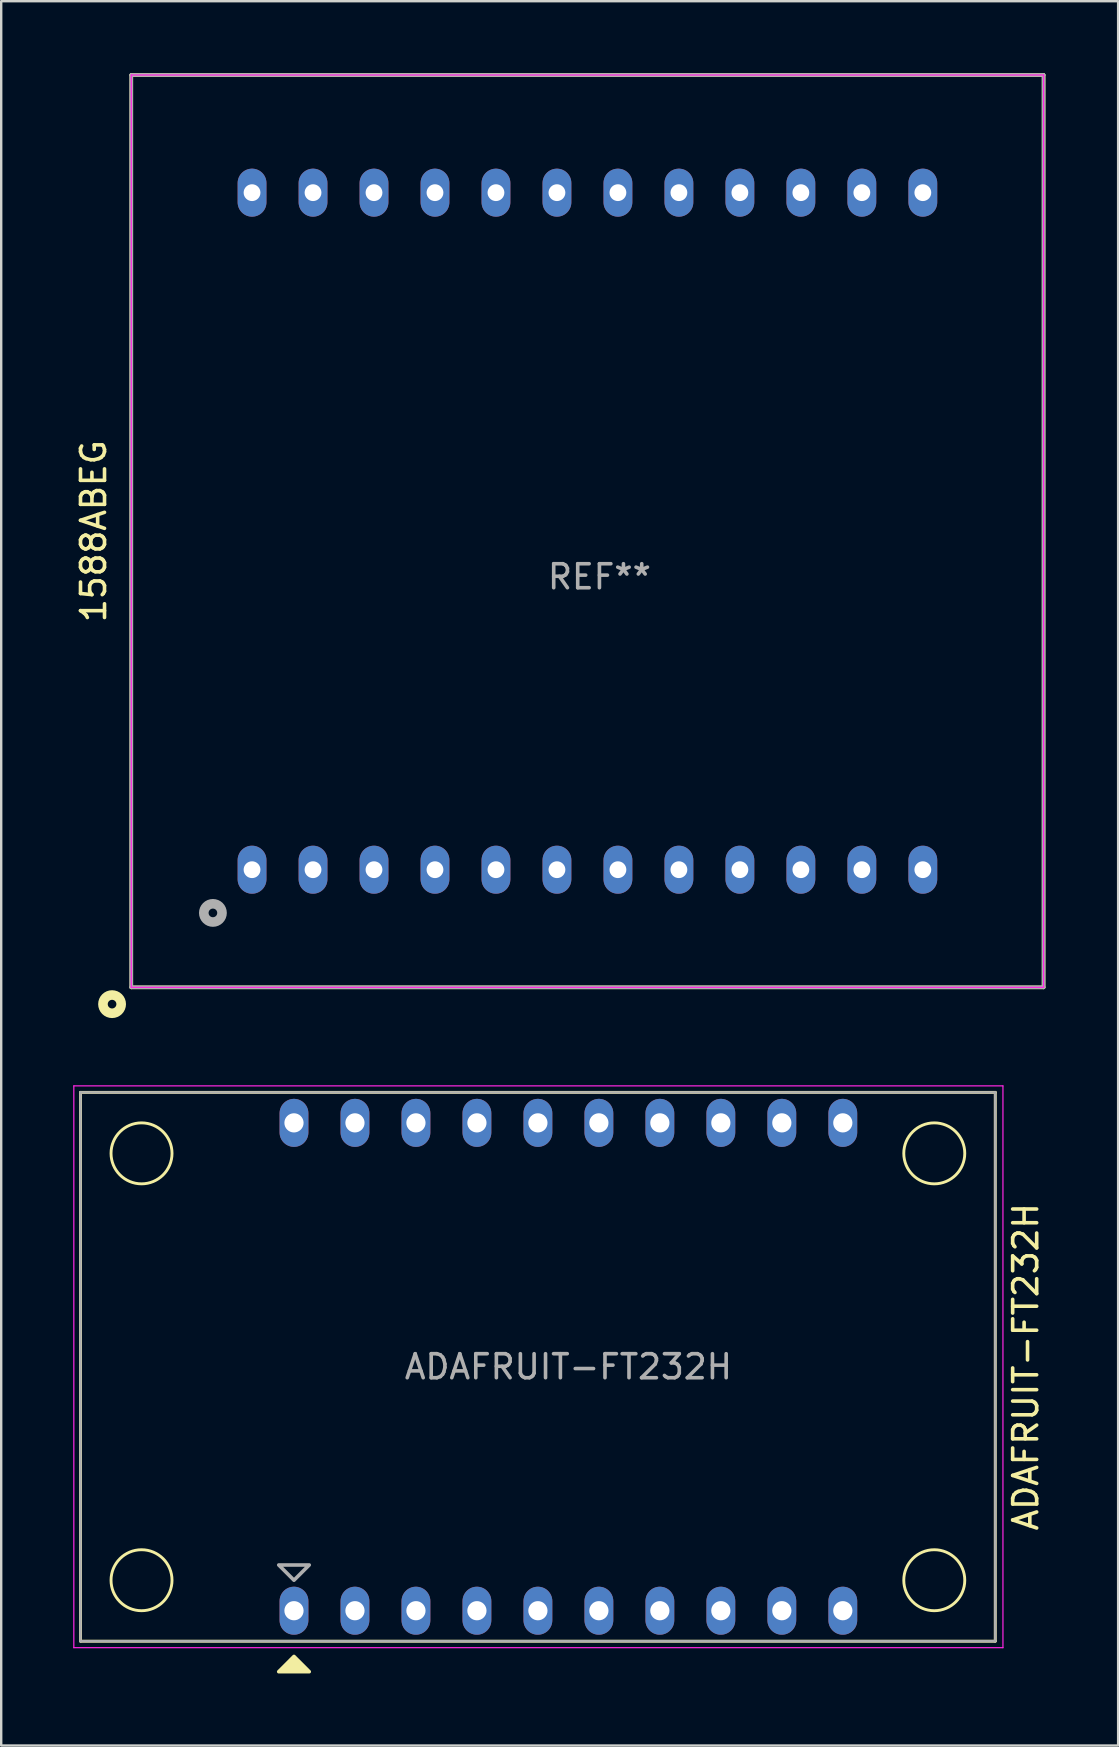
<source format=kicad_pcb>
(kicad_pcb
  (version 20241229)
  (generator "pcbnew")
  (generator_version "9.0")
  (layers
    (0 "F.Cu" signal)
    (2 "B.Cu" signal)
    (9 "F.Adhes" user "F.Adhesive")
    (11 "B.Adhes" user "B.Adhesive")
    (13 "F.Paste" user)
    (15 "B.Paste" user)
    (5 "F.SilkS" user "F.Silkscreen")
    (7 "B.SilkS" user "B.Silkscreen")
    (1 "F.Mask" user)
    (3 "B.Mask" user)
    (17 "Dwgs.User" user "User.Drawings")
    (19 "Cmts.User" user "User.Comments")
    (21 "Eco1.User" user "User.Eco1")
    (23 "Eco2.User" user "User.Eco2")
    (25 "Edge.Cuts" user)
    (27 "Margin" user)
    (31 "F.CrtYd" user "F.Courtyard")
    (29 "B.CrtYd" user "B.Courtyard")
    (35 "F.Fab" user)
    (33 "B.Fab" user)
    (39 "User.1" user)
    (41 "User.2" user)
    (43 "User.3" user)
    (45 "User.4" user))
  (footprint "ADAFRUIT-FT232H"
    (layer "F.Cu")
    (at 20.625 53.88)
    (property "Reference" "ADAFRUIT-FT232H" (at 19.05 0 90) (layer "F.SilkS") (effects (font (size 1 1) (thickness 0.15))))
    (attr through_hole)
    (fp_line (start -20.32 -11.43) (end -20.32 11.43) (stroke (width 0.12) (type solid)) (layer "F.SilkS"))
    (fp_line (start -20.32 -11.43) (end 17.78 -11.43) (stroke (width 0.12) (type solid)) (layer "F.SilkS"))
    (fp_line (start 17.78 -11.43) (end 17.78 11.43) (stroke (width 0.12) (type solid)) (layer "F.SilkS"))
    (fp_line (start 17.78 11.43) (end -20.32 11.43) (stroke (width 0.12) (type solid)) (layer "F.SilkS"))
    (fp_circle (center -17.78 -8.89) (end -16.51 -8.89) (stroke (width 0.12) (type solid)) (fill no) (layer "F.SilkS"))
    (fp_circle (center -17.78 8.89) (end -16.51 8.89) (stroke (width 0.12) (type solid)) (fill no) (layer "F.SilkS"))
    (fp_circle (center 15.24 -8.89) (end 16.51 -8.89) (stroke (width 0.12) (type solid)) (fill no) (layer "F.SilkS"))
    (fp_circle (center 15.24 8.89) (end 16.51 8.89) (stroke (width 0.12) (type solid)) (fill no) (layer "F.SilkS"))
    (fp_poly (pts (xy -11.43 12.065) (xy -12.065 12.7) (xy -10.795 12.7)) (stroke (width 0.15) (type solid)) (fill yes) (layer "F.SilkS"))
    (fp_line (start -20.6 11.7) (end -20.6 -11.7) (stroke (width 0.05) (type solid)) (layer "F.CrtYd"))
    (fp_line (start -20.6 11.7) (end 18.1 11.7) (stroke (width 0.05) (type solid)) (layer "F.CrtYd"))
    (fp_line (start 18.1 -11.7) (end -20.6 -11.7) (stroke (width 0.05) (type solid)) (layer "F.CrtYd"))
    (fp_line (start 18.1 11.7) (end 18.1 -11.7) (stroke (width 0.05) (type solid)) (layer "F.CrtYd"))
    (fp_line (start -20.32 -11.43) (end 17.78 -11.43) (stroke (width 0.1) (type solid)) (layer "F.Fab"))
    (fp_line (start -20.32 11.43) (end -20.32 -11.43) (stroke (width 0.1) (type solid)) (layer "F.Fab"))
    (fp_line (start 17.78 -11.43) (end 17.78 11.43) (stroke (width 0.1) (type solid)) (layer "F.Fab"))
    (fp_line (start 17.78 11.43) (end -20.32 11.43) (stroke (width 0.1) (type solid)) (layer "F.Fab"))
    (fp_poly (pts (xy -11.43 8.89) (xy -12.065 8.255) (xy -10.795 8.255)) (stroke (width 0.15) (type solid)) (fill no) (layer "F.Fab"))
    (fp_text user "${REFERENCE}" (at 0 0 0) (layer "F.Fab") (effects (font (size 1 1) (thickness 0.15))))
    (pad "1" thru_hole oval (at -11.43 10.16) (size 1.2 2) (drill 0.8) (layers "*.Cu" "*.Mask"))
    (pad "2" thru_hole oval (at -8.89 10.16) (size 1.2 2) (drill 0.8) (layers "*.Cu" "*.Mask"))
    (pad "3" thru_hole oval (at -6.35 10.16) (size 1.2 2) (drill 0.8) (layers "*.Cu" "*.Mask"))
    (pad "4" thru_hole oval (at -3.81 10.16) (size 1.2 2) (drill 0.8) (layers "*.Cu" "*.Mask"))
    (pad "5" thru_hole oval (at -1.27 10.16) (size 1.2 2) (drill 0.8) (layers "*.Cu" "*.Mask"))
    (pad "6" thru_hole oval (at 1.27 10.16) (size 1.2 2) (drill 0.8) (layers "*.Cu" "*.Mask"))
    (pad "7" thru_hole oval (at 3.81 10.16) (size 1.2 2) (drill 0.8) (layers "*.Cu" "*.Mask"))
    (pad "8" thru_hole oval (at 6.35 10.16) (size 1.2 2) (drill 0.8) (layers "*.Cu" "*.Mask"))
    (pad "9" thru_hole oval (at 8.89 10.16) (size 1.2 2) (drill 0.8) (layers "*.Cu" "*.Mask"))
    (pad "10" thru_hole oval (at 11.43 10.16) (size 1.2 2) (drill 0.8) (layers "*.Cu" "*.Mask"))
    (pad "11" thru_hole oval (at 11.43 -10.16) (size 1.2 2) (drill 0.8) (layers "*.Cu" "*.Mask"))
    (pad "12" thru_hole oval (at 8.89 -10.16) (size 1.2 2) (drill 0.8) (layers "*.Cu" "*.Mask"))
    (pad "13" thru_hole oval (at 6.35 -10.16) (size 1.2 2) (drill 0.8) (layers "*.Cu" "*.Mask"))
    (pad "14" thru_hole oval (at 3.81 -10.16) (size 1.2 2) (drill 0.8) (layers "*.Cu" "*.Mask"))
    (pad "15" thru_hole oval (at 1.27 -10.16) (size 1.2 2) (drill 0.8) (layers "*.Cu" "*.Mask"))
    (pad "16" thru_hole oval (at -1.27 -10.16) (size 1.2 2) (drill 0.8) (layers "*.Cu" "*.Mask"))
    (pad "17" thru_hole oval (at -3.81 -10.16) (size 1.2 2) (drill 0.8) (layers "*.Cu" "*.Mask"))
    (pad "18" thru_hole oval (at -6.35 -10.16) (size 1.2 2) (drill 0.8) (layers "*.Cu" "*.Mask"))
    (pad "19" thru_hole oval (at -8.89 -10.16) (size 1.2 2) (drill 0.8) (layers "*.Cu" "*.Mask"))
    (pad "20" thru_hole oval (at -11.43 -10.16) (size 1.2 2) (drill 0.8) (layers "*.Cu" "*.Mask")))
  (footprint "1588ABEG"
    (layer "F.Cu")
    (at 21.418 19.075)
    (property "Reference" "1588ABEG" (at -20.57 0 90) (layer "F.SilkS") (effects (font (size 1 1) (thickness 0.15))))
    (attr through_hole)
    (fp_line (start -19 -19) (end -19 19) (stroke (width 0.15) (type solid)) (layer "F.SilkS"))
    (fp_line (start -19 19) (end 19 19) (stroke (width 0.15) (type solid)) (layer "F.SilkS"))
    (fp_line (start 19 -19) (end -19 -19) (stroke (width 0.15) (type solid)) (layer "F.SilkS"))
    (fp_line (start 19 19) (end 19 -19) (stroke (width 0.15) (type solid)) (layer "F.SilkS"))
    (fp_circle (center -19.8 19.7) (end -19.62 19.7) (stroke (width 0.4) (type solid)) (fill no) (layer "F.SilkS"))
    (fp_line (start -19 -19) (end 19 -19) (stroke (width 0.05) (type solid)) (layer "F.CrtYd"))
    (fp_line (start -19 19) (end -19 -19) (stroke (width 0.05) (type solid)) (layer "F.CrtYd"))
    (fp_line (start 19 -19) (end 19 19) (stroke (width 0.05) (type solid)) (layer "F.CrtYd"))
    (fp_line (start 19 19) (end -19 19) (stroke (width 0.05) (type solid)) (layer "F.CrtYd"))
    (fp_line (start -19 -19) (end -19 19) (stroke (width 0.15) (type solid)) (layer "F.Fab"))
    (fp_line (start -19 19) (end 19 19) (stroke (width 0.15) (type solid)) (layer "F.Fab"))
    (fp_line (start 19 -19) (end -19 -19) (stroke (width 0.15) (type solid)) (layer "F.Fab"))
    (fp_line (start 19 19) (end 19 -19) (stroke (width 0.15) (type solid)) (layer "F.Fab"))
    (fp_circle (center -15.6 15.9) (end -15.42 15.9) (stroke (width 0.4) (type solid)) (fill no) (layer "F.Fab"))
    (fp_text user "REF**" (at 0.5 1.9 0) (layer "F.Fab") (effects (font (size 1 1) (thickness 0.15))))
    (pad "1" thru_hole oval (at -13.97 14.1) (size 1.2 2) (drill 0.7) (layers "*.Cu" "*.Mask"))
    (pad "2" thru_hole oval (at -11.43 14.1) (size 1.2 2) (drill 0.7) (layers "*.Cu" "*.Mask"))
    (pad "3" thru_hole oval (at -8.89 14.1) (size 1.2 2) (drill 0.7) (layers "*.Cu" "*.Mask"))
    (pad "4" thru_hole oval (at -6.35 14.1) (size 1.2 2) (drill 0.7) (layers "*.Cu" "*.Mask"))
    (pad "5" thru_hole oval (at -3.81 14.1) (size 1.2 2) (drill 0.7) (layers "*.Cu" "*.Mask"))
    (pad "6" thru_hole oval (at -1.27 14.1) (size 1.2 2) (drill 0.7) (layers "*.Cu" "*.Mask"))
    (pad "7" thru_hole oval (at 1.27 14.1) (size 1.2 2) (drill 0.7) (layers "*.Cu" "*.Mask"))
    (pad "8" thru_hole oval (at 3.81 14.1) (size 1.2 2) (drill 0.7) (layers "*.Cu" "*.Mask"))
    (pad "9" thru_hole oval (at 6.35 14.1) (size 1.2 2) (drill 0.7) (layers "*.Cu" "*.Mask"))
    (pad "10" thru_hole oval (at 8.89 14.1) (size 1.2 2) (drill 0.7) (layers "*.Cu" "*.Mask"))
    (pad "11" thru_hole oval (at 11.43 14.1) (size 1.2 2) (drill 0.7) (layers "*.Cu" "*.Mask"))
    (pad "12" thru_hole oval (at 13.97 14.1) (size 1.2 2) (drill 0.7) (layers "*.Cu" "*.Mask"))
    (pad "13" thru_hole oval (at 13.97 -14.1) (size 1.2 2) (drill 0.7) (layers "*.Cu" "*.Mask"))
    (pad "14" thru_hole oval (at 11.43 -14.1) (size 1.2 2) (drill 0.7) (layers "*.Cu" "*.Mask"))
    (pad "15" thru_hole oval (at 8.89 -14.1) (size 1.2 2) (drill 0.7) (layers "*.Cu" "*.Mask"))
    (pad "16" thru_hole oval (at 6.35 -14.1) (size 1.2 2) (drill 0.7) (layers "*.Cu" "*.Mask"))
    (pad "17" thru_hole oval (at 3.81 -14.1) (size 1.2 2) (drill 0.7) (layers "*.Cu" "*.Mask"))
    (pad "18" thru_hole oval (at 1.27 -14.1) (size 1.2 2) (drill 0.7) (layers "*.Cu" "*.Mask"))
    (pad "19" thru_hole oval (at -1.27 -14.1) (size 1.2 2) (drill 0.7) (layers "*.Cu" "*.Mask"))
    (pad "20" thru_hole oval (at -3.81 -14.1) (size 1.2 2) (drill 0.7) (layers "*.Cu" "*.Mask"))
    (pad "21" thru_hole oval (at -6.35 -14.1) (size 1.2 2) (drill 0.7) (layers "*.Cu" "*.Mask"))
    (pad "22" thru_hole oval (at -8.89 -14.1) (size 1.2 2) (drill 0.7) (layers "*.Cu" "*.Mask"))
    (pad "23" thru_hole oval (at -11.43 -14.1) (size 1.2 2) (drill 0.7) (layers "*.Cu" "*.Mask"))
    (pad "24" thru_hole oval (at -13.97 -14.1) (size 1.2 2) (drill 0.7) (layers "*.Cu" "*.Mask")))
  (gr_rect
    (start -3 -3)
    (end 43.523 69.655)
    (stroke (width 0.1) (type default))
    (fill no)
    (layer "Edge.Cuts")))
</source>
